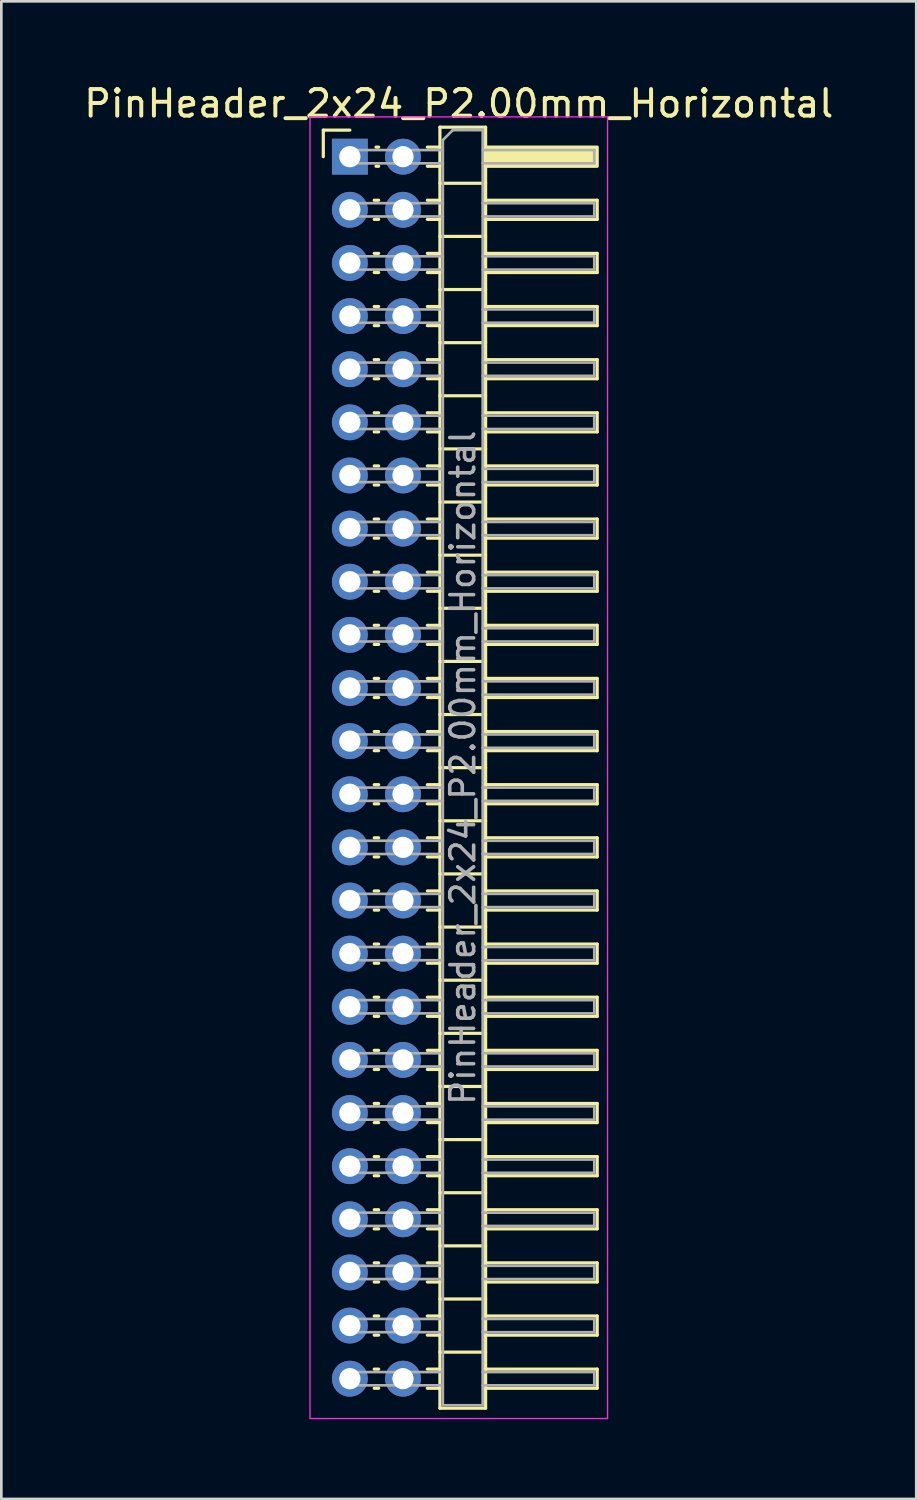
<source format=kicad_pcb>
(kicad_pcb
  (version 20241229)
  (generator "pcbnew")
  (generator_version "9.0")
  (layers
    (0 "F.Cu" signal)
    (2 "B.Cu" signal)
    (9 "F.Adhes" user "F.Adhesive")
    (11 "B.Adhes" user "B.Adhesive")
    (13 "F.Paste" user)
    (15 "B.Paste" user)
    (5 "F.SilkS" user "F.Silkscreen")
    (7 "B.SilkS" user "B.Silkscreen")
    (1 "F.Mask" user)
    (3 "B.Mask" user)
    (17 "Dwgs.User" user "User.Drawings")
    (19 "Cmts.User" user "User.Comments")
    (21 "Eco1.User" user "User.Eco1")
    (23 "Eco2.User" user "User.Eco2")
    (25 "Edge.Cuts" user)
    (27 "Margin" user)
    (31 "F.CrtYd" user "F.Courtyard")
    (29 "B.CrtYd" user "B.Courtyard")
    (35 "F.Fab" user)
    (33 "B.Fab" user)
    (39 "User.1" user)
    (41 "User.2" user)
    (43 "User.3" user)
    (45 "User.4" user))
  (footprint "PinHeader_2x24_P2.00mm_Horizontal"
    (layer "F.Cu")
    (at 10.12 2.848)
    (property "Reference" "PinHeader_2x24_P2.00mm_Horizontal" (at 4.1 -2 0) (layer "F.SilkS") (effects (font (size 1 1) (thickness 0.15))))
    (attr through_hole)
    (fp_line (start -1 -1) (end 0 -1) (stroke (width 0.12) (type solid)) (layer "F.SilkS"))
    (fp_line (start -1 0) (end -1 -1) (stroke (width 0.12) (type solid)) (layer "F.SilkS"))
    (fp_line (start 0.917 1.64) (end 1.083 1.64) (stroke (width 0.12) (type solid)) (layer "F.SilkS"))
    (fp_line (start 0.917 2.36) (end 1.083 2.36) (stroke (width 0.12) (type solid)) (layer "F.SilkS"))
    (fp_line (start 0.917 3.64) (end 1.083 3.64) (stroke (width 0.12) (type solid)) (layer "F.SilkS"))
    (fp_line (start 0.917 4.36) (end 1.083 4.36) (stroke (width 0.12) (type solid)) (layer "F.SilkS"))
    (fp_line (start 0.917 5.64) (end 1.083 5.64) (stroke (width 0.12) (type solid)) (layer "F.SilkS"))
    (fp_line (start 0.917 6.36) (end 1.083 6.36) (stroke (width 0.12) (type solid)) (layer "F.SilkS"))
    (fp_line (start 0.917 7.64) (end 1.083 7.64) (stroke (width 0.12) (type solid)) (layer "F.SilkS"))
    (fp_line (start 0.917 8.36) (end 1.083 8.36) (stroke (width 0.12) (type solid)) (layer "F.SilkS"))
    (fp_line (start 0.917 9.64) (end 1.083 9.64) (stroke (width 0.12) (type solid)) (layer "F.SilkS"))
    (fp_line (start 0.917 10.36) (end 1.083 10.36) (stroke (width 0.12) (type solid)) (layer "F.SilkS"))
    (fp_line (start 0.917 11.64) (end 1.083 11.64) (stroke (width 0.12) (type solid)) (layer "F.SilkS"))
    (fp_line (start 0.917 12.36) (end 1.083 12.36) (stroke (width 0.12) (type solid)) (layer "F.SilkS"))
    (fp_line (start 0.917 13.64) (end 1.083 13.64) (stroke (width 0.12) (type solid)) (layer "F.SilkS"))
    (fp_line (start 0.917 14.36) (end 1.083 14.36) (stroke (width 0.12) (type solid)) (layer "F.SilkS"))
    (fp_line (start 0.917 15.64) (end 1.083 15.64) (stroke (width 0.12) (type solid)) (layer "F.SilkS"))
    (fp_line (start 0.917 16.36) (end 1.083 16.36) (stroke (width 0.12) (type solid)) (layer "F.SilkS"))
    (fp_line (start 0.917 17.64) (end 1.083 17.64) (stroke (width 0.12) (type solid)) (layer "F.SilkS"))
    (fp_line (start 0.917 18.36) (end 1.083 18.36) (stroke (width 0.12) (type solid)) (layer "F.SilkS"))
    (fp_line (start 0.917 19.64) (end 1.083 19.64) (stroke (width 0.12) (type solid)) (layer "F.SilkS"))
    (fp_line (start 0.917 20.36) (end 1.083 20.36) (stroke (width 0.12) (type solid)) (layer "F.SilkS"))
    (fp_line (start 0.917 21.64) (end 1.083 21.64) (stroke (width 0.12) (type solid)) (layer "F.SilkS"))
    (fp_line (start 0.917 22.36) (end 1.083 22.36) (stroke (width 0.12) (type solid)) (layer "F.SilkS"))
    (fp_line (start 0.917 23.64) (end 1.083 23.64) (stroke (width 0.12) (type solid)) (layer "F.SilkS"))
    (fp_line (start 0.917 24.36) (end 1.083 24.36) (stroke (width 0.12) (type solid)) (layer "F.SilkS"))
    (fp_line (start 0.917 25.64) (end 1.083 25.64) (stroke (width 0.12) (type solid)) (layer "F.SilkS"))
    (fp_line (start 0.917 26.36) (end 1.083 26.36) (stroke (width 0.12) (type solid)) (layer "F.SilkS"))
    (fp_line (start 0.917 27.64) (end 1.083 27.64) (stroke (width 0.12) (type solid)) (layer "F.SilkS"))
    (fp_line (start 0.917 28.36) (end 1.083 28.36) (stroke (width 0.12) (type solid)) (layer "F.SilkS"))
    (fp_line (start 0.917 29.64) (end 1.083 29.64) (stroke (width 0.12) (type solid)) (layer "F.SilkS"))
    (fp_line (start 0.917 30.36) (end 1.083 30.36) (stroke (width 0.12) (type solid)) (layer "F.SilkS"))
    (fp_line (start 0.917 31.64) (end 1.083 31.64) (stroke (width 0.12) (type solid)) (layer "F.SilkS"))
    (fp_line (start 0.917 32.36) (end 1.083 32.36) (stroke (width 0.12) (type solid)) (layer "F.SilkS"))
    (fp_line (start 0.917 33.64) (end 1.083 33.64) (stroke (width 0.12) (type solid)) (layer "F.SilkS"))
    (fp_line (start 0.917 34.36) (end 1.083 34.36) (stroke (width 0.12) (type solid)) (layer "F.SilkS"))
    (fp_line (start 0.917 35.64) (end 1.083 35.64) (stroke (width 0.12) (type solid)) (layer "F.SilkS"))
    (fp_line (start 0.917 36.36) (end 1.083 36.36) (stroke (width 0.12) (type solid)) (layer "F.SilkS"))
    (fp_line (start 0.917 37.64) (end 1.083 37.64) (stroke (width 0.12) (type solid)) (layer "F.SilkS"))
    (fp_line (start 0.917 38.36) (end 1.083 38.36) (stroke (width 0.12) (type solid)) (layer "F.SilkS"))
    (fp_line (start 0.917 39.64) (end 1.083 39.64) (stroke (width 0.12) (type solid)) (layer "F.SilkS"))
    (fp_line (start 0.917 40.36) (end 1.083 40.36) (stroke (width 0.12) (type solid)) (layer "F.SilkS"))
    (fp_line (start 0.917 41.64) (end 1.083 41.64) (stroke (width 0.12) (type solid)) (layer "F.SilkS"))
    (fp_line (start 0.917 42.36) (end 1.083 42.36) (stroke (width 0.12) (type solid)) (layer "F.SilkS"))
    (fp_line (start 0.917 43.64) (end 1.083 43.64) (stroke (width 0.12) (type solid)) (layer "F.SilkS"))
    (fp_line (start 0.917 44.36) (end 1.083 44.36) (stroke (width 0.12) (type solid)) (layer "F.SilkS"))
    (fp_line (start 0.917 45.64) (end 1.083 45.64) (stroke (width 0.12) (type solid)) (layer "F.SilkS"))
    (fp_line (start 0.917 46.36) (end 1.083 46.36) (stroke (width 0.12) (type solid)) (layer "F.SilkS"))
    (fp_line (start 0.985 -0.36) (end 1.083 -0.36) (stroke (width 0.12) (type solid)) (layer "F.SilkS"))
    (fp_line (start 0.985 0.36) (end 1.083 0.36) (stroke (width 0.12) (type solid)) (layer "F.SilkS"))
    (fp_line (start 2.917 -0.36) (end 3.39 -0.36) (stroke (width 0.12) (type solid)) (layer "F.SilkS"))
    (fp_line (start 2.917 0.36) (end 3.39 0.36) (stroke (width 0.12) (type solid)) (layer "F.SilkS"))
    (fp_line (start 2.917 1.64) (end 3.39 1.64) (stroke (width 0.12) (type solid)) (layer "F.SilkS"))
    (fp_line (start 2.917 2.36) (end 3.39 2.36) (stroke (width 0.12) (type solid)) (layer "F.SilkS"))
    (fp_line (start 2.917 3.64) (end 3.39 3.64) (stroke (width 0.12) (type solid)) (layer "F.SilkS"))
    (fp_line (start 2.917 4.36) (end 3.39 4.36) (stroke (width 0.12) (type solid)) (layer "F.SilkS"))
    (fp_line (start 2.917 5.64) (end 3.39 5.64) (stroke (width 0.12) (type solid)) (layer "F.SilkS"))
    (fp_line (start 2.917 6.36) (end 3.39 6.36) (stroke (width 0.12) (type solid)) (layer "F.SilkS"))
    (fp_line (start 2.917 7.64) (end 3.39 7.64) (stroke (width 0.12) (type solid)) (layer "F.SilkS"))
    (fp_line (start 2.917 8.36) (end 3.39 8.36) (stroke (width 0.12) (type solid)) (layer "F.SilkS"))
    (fp_line (start 2.917 9.64) (end 3.39 9.64) (stroke (width 0.12) (type solid)) (layer "F.SilkS"))
    (fp_line (start 2.917 10.36) (end 3.39 10.36) (stroke (width 0.12) (type solid)) (layer "F.SilkS"))
    (fp_line (start 2.917 11.64) (end 3.39 11.64) (stroke (width 0.12) (type solid)) (layer "F.SilkS"))
    (fp_line (start 2.917 12.36) (end 3.39 12.36) (stroke (width 0.12) (type solid)) (layer "F.SilkS"))
    (fp_line (start 2.917 13.64) (end 3.39 13.64) (stroke (width 0.12) (type solid)) (layer "F.SilkS"))
    (fp_line (start 2.917 14.36) (end 3.39 14.36) (stroke (width 0.12) (type solid)) (layer "F.SilkS"))
    (fp_line (start 2.917 15.64) (end 3.39 15.64) (stroke (width 0.12) (type solid)) (layer "F.SilkS"))
    (fp_line (start 2.917 16.36) (end 3.39 16.36) (stroke (width 0.12) (type solid)) (layer "F.SilkS"))
    (fp_line (start 2.917 17.64) (end 3.39 17.64) (stroke (width 0.12) (type solid)) (layer "F.SilkS"))
    (fp_line (start 2.917 18.36) (end 3.39 18.36) (stroke (width 0.12) (type solid)) (layer "F.SilkS"))
    (fp_line (start 2.917 19.64) (end 3.39 19.64) (stroke (width 0.12) (type solid)) (layer "F.SilkS"))
    (fp_line (start 2.917 20.36) (end 3.39 20.36) (stroke (width 0.12) (type solid)) (layer "F.SilkS"))
    (fp_line (start 2.917 21.64) (end 3.39 21.64) (stroke (width 0.12) (type solid)) (layer "F.SilkS"))
    (fp_line (start 2.917 22.36) (end 3.39 22.36) (stroke (width 0.12) (type solid)) (layer "F.SilkS"))
    (fp_line (start 2.917 23.64) (end 3.39 23.64) (stroke (width 0.12) (type solid)) (layer "F.SilkS"))
    (fp_line (start 2.917 24.36) (end 3.39 24.36) (stroke (width 0.12) (type solid)) (layer "F.SilkS"))
    (fp_line (start 2.917 25.64) (end 3.39 25.64) (stroke (width 0.12) (type solid)) (layer "F.SilkS"))
    (fp_line (start 2.917 26.36) (end 3.39 26.36) (stroke (width 0.12) (type solid)) (layer "F.SilkS"))
    (fp_line (start 2.917 27.64) (end 3.39 27.64) (stroke (width 0.12) (type solid)) (layer "F.SilkS"))
    (fp_line (start 2.917 28.36) (end 3.39 28.36) (stroke (width 0.12) (type solid)) (layer "F.SilkS"))
    (fp_line (start 2.917 29.64) (end 3.39 29.64) (stroke (width 0.12) (type solid)) (layer "F.SilkS"))
    (fp_line (start 2.917 30.36) (end 3.39 30.36) (stroke (width 0.12) (type solid)) (layer "F.SilkS"))
    (fp_line (start 2.917 31.64) (end 3.39 31.64) (stroke (width 0.12) (type solid)) (layer "F.SilkS"))
    (fp_line (start 2.917 32.36) (end 3.39 32.36) (stroke (width 0.12) (type solid)) (layer "F.SilkS"))
    (fp_line (start 2.917 33.64) (end 3.39 33.64) (stroke (width 0.12) (type solid)) (layer "F.SilkS"))
    (fp_line (start 2.917 34.36) (end 3.39 34.36) (stroke (width 0.12) (type solid)) (layer "F.SilkS"))
    (fp_line (start 2.917 35.64) (end 3.39 35.64) (stroke (width 0.12) (type solid)) (layer "F.SilkS"))
    (fp_line (start 2.917 36.36) (end 3.39 36.36) (stroke (width 0.12) (type solid)) (layer "F.SilkS"))
    (fp_line (start 2.917 37.64) (end 3.39 37.64) (stroke (width 0.12) (type solid)) (layer "F.SilkS"))
    (fp_line (start 2.917 38.36) (end 3.39 38.36) (stroke (width 0.12) (type solid)) (layer "F.SilkS"))
    (fp_line (start 2.917 39.64) (end 3.39 39.64) (stroke (width 0.12) (type solid)) (layer "F.SilkS"))
    (fp_line (start 2.917 40.36) (end 3.39 40.36) (stroke (width 0.12) (type solid)) (layer "F.SilkS"))
    (fp_line (start 2.917 41.64) (end 3.39 41.64) (stroke (width 0.12) (type solid)) (layer "F.SilkS"))
    (fp_line (start 2.917 42.36) (end 3.39 42.36) (stroke (width 0.12) (type solid)) (layer "F.SilkS"))
    (fp_line (start 2.917 43.64) (end 3.39 43.64) (stroke (width 0.12) (type solid)) (layer "F.SilkS"))
    (fp_line (start 2.917 44.36) (end 3.39 44.36) (stroke (width 0.12) (type solid)) (layer "F.SilkS"))
    (fp_line (start 2.917 45.64) (end 3.39 45.64) (stroke (width 0.12) (type solid)) (layer "F.SilkS"))
    (fp_line (start 2.917 46.36) (end 3.39 46.36) (stroke (width 0.12) (type solid)) (layer "F.SilkS"))
    (fp_line (start 3.39 -1.11) (end 3.39 47.11) (stroke (width 0.12) (type solid)) (layer "F.SilkS"))
    (fp_line (start 3.39 1) (end 5.11 1) (stroke (width 0.12) (type solid)) (layer "F.SilkS"))
    (fp_line (start 3.39 3) (end 5.11 3) (stroke (width 0.12) (type solid)) (layer "F.SilkS"))
    (fp_line (start 3.39 5) (end 5.11 5) (stroke (width 0.12) (type solid)) (layer "F.SilkS"))
    (fp_line (start 3.39 7) (end 5.11 7) (stroke (width 0.12) (type solid)) (layer "F.SilkS"))
    (fp_line (start 3.39 9) (end 5.11 9) (stroke (width 0.12) (type solid)) (layer "F.SilkS"))
    (fp_line (start 3.39 11) (end 5.11 11) (stroke (width 0.12) (type solid)) (layer "F.SilkS"))
    (fp_line (start 3.39 13) (end 5.11 13) (stroke (width 0.12) (type solid)) (layer "F.SilkS"))
    (fp_line (start 3.39 15) (end 5.11 15) (stroke (width 0.12) (type solid)) (layer "F.SilkS"))
    (fp_line (start 3.39 17) (end 5.11 17) (stroke (width 0.12) (type solid)) (layer "F.SilkS"))
    (fp_line (start 3.39 19) (end 5.11 19) (stroke (width 0.12) (type solid)) (layer "F.SilkS"))
    (fp_line (start 3.39 21) (end 5.11 21) (stroke (width 0.12) (type solid)) (layer "F.SilkS"))
    (fp_line (start 3.39 23) (end 5.11 23) (stroke (width 0.12) (type solid)) (layer "F.SilkS"))
    (fp_line (start 3.39 25) (end 5.11 25) (stroke (width 0.12) (type solid)) (layer "F.SilkS"))
    (fp_line (start 3.39 27) (end 5.11 27) (stroke (width 0.12) (type solid)) (layer "F.SilkS"))
    (fp_line (start 3.39 29) (end 5.11 29) (stroke (width 0.12) (type solid)) (layer "F.SilkS"))
    (fp_line (start 3.39 31) (end 5.11 31) (stroke (width 0.12) (type solid)) (layer "F.SilkS"))
    (fp_line (start 3.39 33) (end 5.11 33) (stroke (width 0.12) (type solid)) (layer "F.SilkS"))
    (fp_line (start 3.39 35) (end 5.11 35) (stroke (width 0.12) (type solid)) (layer "F.SilkS"))
    (fp_line (start 3.39 37) (end 5.11 37) (stroke (width 0.12) (type solid)) (layer "F.SilkS"))
    (fp_line (start 3.39 39) (end 5.11 39) (stroke (width 0.12) (type solid)) (layer "F.SilkS"))
    (fp_line (start 3.39 41) (end 5.11 41) (stroke (width 0.12) (type solid)) (layer "F.SilkS"))
    (fp_line (start 3.39 43) (end 5.11 43) (stroke (width 0.12) (type solid)) (layer "F.SilkS"))
    (fp_line (start 3.39 45) (end 5.11 45) (stroke (width 0.12) (type solid)) (layer "F.SilkS"))
    (fp_line (start 3.39 47.11) (end 5.11 47.11) (stroke (width 0.12) (type solid)) (layer "F.SilkS"))
    (fp_line (start 5.11 -1.11) (end 3.39 -1.11) (stroke (width 0.12) (type solid)) (layer "F.SilkS"))
    (fp_line (start 5.11 1.64) (end 9.31 1.64) (stroke (width 0.12) (type solid)) (layer "F.SilkS"))
    (fp_line (start 5.11 3.64) (end 9.31 3.64) (stroke (width 0.12) (type solid)) (layer "F.SilkS"))
    (fp_line (start 5.11 5.64) (end 9.31 5.64) (stroke (width 0.12) (type solid)) (layer "F.SilkS"))
    (fp_line (start 5.11 7.64) (end 9.31 7.64) (stroke (width 0.12) (type solid)) (layer "F.SilkS"))
    (fp_line (start 5.11 9.64) (end 9.31 9.64) (stroke (width 0.12) (type solid)) (layer "F.SilkS"))
    (fp_line (start 5.11 11.64) (end 9.31 11.64) (stroke (width 0.12) (type solid)) (layer "F.SilkS"))
    (fp_line (start 5.11 13.64) (end 9.31 13.64) (stroke (width 0.12) (type solid)) (layer "F.SilkS"))
    (fp_line (start 5.11 15.64) (end 9.31 15.64) (stroke (width 0.12) (type solid)) (layer "F.SilkS"))
    (fp_line (start 5.11 17.64) (end 9.31 17.64) (stroke (width 0.12) (type solid)) (layer "F.SilkS"))
    (fp_line (start 5.11 19.64) (end 9.31 19.64) (stroke (width 0.12) (type solid)) (layer "F.SilkS"))
    (fp_line (start 5.11 21.64) (end 9.31 21.64) (stroke (width 0.12) (type solid)) (layer "F.SilkS"))
    (fp_line (start 5.11 23.64) (end 9.31 23.64) (stroke (width 0.12) (type solid)) (layer "F.SilkS"))
    (fp_line (start 5.11 25.64) (end 9.31 25.64) (stroke (width 0.12) (type solid)) (layer "F.SilkS"))
    (fp_line (start 5.11 27.64) (end 9.31 27.64) (stroke (width 0.12) (type solid)) (layer "F.SilkS"))
    (fp_line (start 5.11 29.64) (end 9.31 29.64) (stroke (width 0.12) (type solid)) (layer "F.SilkS"))
    (fp_line (start 5.11 31.64) (end 9.31 31.64) (stroke (width 0.12) (type solid)) (layer "F.SilkS"))
    (fp_line (start 5.11 33.64) (end 9.31 33.64) (stroke (width 0.12) (type solid)) (layer "F.SilkS"))
    (fp_line (start 5.11 35.64) (end 9.31 35.64) (stroke (width 0.12) (type solid)) (layer "F.SilkS"))
    (fp_line (start 5.11 37.64) (end 9.31 37.64) (stroke (width 0.12) (type solid)) (layer "F.SilkS"))
    (fp_line (start 5.11 39.64) (end 9.31 39.64) (stroke (width 0.12) (type solid)) (layer "F.SilkS"))
    (fp_line (start 5.11 41.64) (end 9.31 41.64) (stroke (width 0.12) (type solid)) (layer "F.SilkS"))
    (fp_line (start 5.11 43.64) (end 9.31 43.64) (stroke (width 0.12) (type solid)) (layer "F.SilkS"))
    (fp_line (start 5.11 45.64) (end 9.31 45.64) (stroke (width 0.12) (type solid)) (layer "F.SilkS"))
    (fp_line (start 5.11 47.11) (end 5.11 -1.11) (stroke (width 0.12) (type solid)) (layer "F.SilkS"))
    (fp_line (start 9.31 1.64) (end 9.31 2.36) (stroke (width 0.12) (type solid)) (layer "F.SilkS"))
    (fp_line (start 9.31 2.36) (end 5.11 2.36) (stroke (width 0.12) (type solid)) (layer "F.SilkS"))
    (fp_line (start 9.31 3.64) (end 9.31 4.36) (stroke (width 0.12) (type solid)) (layer "F.SilkS"))
    (fp_line (start 9.31 4.36) (end 5.11 4.36) (stroke (width 0.12) (type solid)) (layer "F.SilkS"))
    (fp_line (start 9.31 5.64) (end 9.31 6.36) (stroke (width 0.12) (type solid)) (layer "F.SilkS"))
    (fp_line (start 9.31 6.36) (end 5.11 6.36) (stroke (width 0.12) (type solid)) (layer "F.SilkS"))
    (fp_line (start 9.31 7.64) (end 9.31 8.36) (stroke (width 0.12) (type solid)) (layer "F.SilkS"))
    (fp_line (start 9.31 8.36) (end 5.11 8.36) (stroke (width 0.12) (type solid)) (layer "F.SilkS"))
    (fp_line (start 9.31 9.64) (end 9.31 10.36) (stroke (width 0.12) (type solid)) (layer "F.SilkS"))
    (fp_line (start 9.31 10.36) (end 5.11 10.36) (stroke (width 0.12) (type solid)) (layer "F.SilkS"))
    (fp_line (start 9.31 11.64) (end 9.31 12.36) (stroke (width 0.12) (type solid)) (layer "F.SilkS"))
    (fp_line (start 9.31 12.36) (end 5.11 12.36) (stroke (width 0.12) (type solid)) (layer "F.SilkS"))
    (fp_line (start 9.31 13.64) (end 9.31 14.36) (stroke (width 0.12) (type solid)) (layer "F.SilkS"))
    (fp_line (start 9.31 14.36) (end 5.11 14.36) (stroke (width 0.12) (type solid)) (layer "F.SilkS"))
    (fp_line (start 9.31 15.64) (end 9.31 16.36) (stroke (width 0.12) (type solid)) (layer "F.SilkS"))
    (fp_line (start 9.31 16.36) (end 5.11 16.36) (stroke (width 0.12) (type solid)) (layer "F.SilkS"))
    (fp_line (start 9.31 17.64) (end 9.31 18.36) (stroke (width 0.12) (type solid)) (layer "F.SilkS"))
    (fp_line (start 9.31 18.36) (end 5.11 18.36) (stroke (width 0.12) (type solid)) (layer "F.SilkS"))
    (fp_line (start 9.31 19.64) (end 9.31 20.36) (stroke (width 0.12) (type solid)) (layer "F.SilkS"))
    (fp_line (start 9.31 20.36) (end 5.11 20.36) (stroke (width 0.12) (type solid)) (layer "F.SilkS"))
    (fp_line (start 9.31 21.64) (end 9.31 22.36) (stroke (width 0.12) (type solid)) (layer "F.SilkS"))
    (fp_line (start 9.31 22.36) (end 5.11 22.36) (stroke (width 0.12) (type solid)) (layer "F.SilkS"))
    (fp_line (start 9.31 23.64) (end 9.31 24.36) (stroke (width 0.12) (type solid)) (layer "F.SilkS"))
    (fp_line (start 9.31 24.36) (end 5.11 24.36) (stroke (width 0.12) (type solid)) (layer "F.SilkS"))
    (fp_line (start 9.31 25.64) (end 9.31 26.36) (stroke (width 0.12) (type solid)) (layer "F.SilkS"))
    (fp_line (start 9.31 26.36) (end 5.11 26.36) (stroke (width 0.12) (type solid)) (layer "F.SilkS"))
    (fp_line (start 9.31 27.64) (end 9.31 28.36) (stroke (width 0.12) (type solid)) (layer "F.SilkS"))
    (fp_line (start 9.31 28.36) (end 5.11 28.36) (stroke (width 0.12) (type solid)) (layer "F.SilkS"))
    (fp_line (start 9.31 29.64) (end 9.31 30.36) (stroke (width 0.12) (type solid)) (layer "F.SilkS"))
    (fp_line (start 9.31 30.36) (end 5.11 30.36) (stroke (width 0.12) (type solid)) (layer "F.SilkS"))
    (fp_line (start 9.31 31.64) (end 9.31 32.36) (stroke (width 0.12) (type solid)) (layer "F.SilkS"))
    (fp_line (start 9.31 32.36) (end 5.11 32.36) (stroke (width 0.12) (type solid)) (layer "F.SilkS"))
    (fp_line (start 9.31 33.64) (end 9.31 34.36) (stroke (width 0.12) (type solid)) (layer "F.SilkS"))
    (fp_line (start 9.31 34.36) (end 5.11 34.36) (stroke (width 0.12) (type solid)) (layer "F.SilkS"))
    (fp_line (start 9.31 35.64) (end 9.31 36.36) (stroke (width 0.12) (type solid)) (layer "F.SilkS"))
    (fp_line (start 9.31 36.36) (end 5.11 36.36) (stroke (width 0.12) (type solid)) (layer "F.SilkS"))
    (fp_line (start 9.31 37.64) (end 9.31 38.36) (stroke (width 0.12) (type solid)) (layer "F.SilkS"))
    (fp_line (start 9.31 38.36) (end 5.11 38.36) (stroke (width 0.12) (type solid)) (layer "F.SilkS"))
    (fp_line (start 9.31 39.64) (end 9.31 40.36) (stroke (width 0.12) (type solid)) (layer "F.SilkS"))
    (fp_line (start 9.31 40.36) (end 5.11 40.36) (stroke (width 0.12) (type solid)) (layer "F.SilkS"))
    (fp_line (start 9.31 41.64) (end 9.31 42.36) (stroke (width 0.12) (type solid)) (layer "F.SilkS"))
    (fp_line (start 9.31 42.36) (end 5.11 42.36) (stroke (width 0.12) (type solid)) (layer "F.SilkS"))
    (fp_line (start 9.31 43.64) (end 9.31 44.36) (stroke (width 0.12) (type solid)) (layer "F.SilkS"))
    (fp_line (start 9.31 44.36) (end 5.11 44.36) (stroke (width 0.12) (type solid)) (layer "F.SilkS"))
    (fp_line (start 9.31 45.64) (end 9.31 46.36) (stroke (width 0.12) (type solid)) (layer "F.SilkS"))
    (fp_line (start 9.31 46.36) (end 5.11 46.36) (stroke (width 0.12) (type solid)) (layer "F.SilkS"))
    (fp_rect (start 5.11 -0.36) (end 9.31 0.36) (stroke (width 0.12) (type solid)) (fill yes) (layer "F.SilkS"))
    (fp_line (start -1.5 -1.5) (end -1.5 47.5) (stroke (width 0.05) (type solid)) (layer "F.CrtYd"))
    (fp_line (start -1.5 47.5) (end 9.7 47.5) (stroke (width 0.05) (type solid)) (layer "F.CrtYd"))
    (fp_line (start 9.7 -1.5) (end -1.5 -1.5) (stroke (width 0.05) (type solid)) (layer "F.CrtYd"))
    (fp_line (start 9.7 47.5) (end 9.7 -1.5) (stroke (width 0.05) (type solid)) (layer "F.CrtYd"))
    (fp_line (start -0.25 -0.25) (end -0.25 0.25) (stroke (width 0.1) (type solid)) (layer "F.Fab"))
    (fp_line (start -0.25 -0.25) (end 3.5 -0.25) (stroke (width 0.1) (type solid)) (layer "F.Fab"))
    (fp_line (start -0.25 0.25) (end 3.5 0.25) (stroke (width 0.1) (type solid)) (layer "F.Fab"))
    (fp_line (start -0.25 1.75) (end -0.25 2.25) (stroke (width 0.1) (type solid)) (layer "F.Fab"))
    (fp_line (start -0.25 1.75) (end 3.5 1.75) (stroke (width 0.1) (type solid)) (layer "F.Fab"))
    (fp_line (start -0.25 2.25) (end 3.5 2.25) (stroke (width 0.1) (type solid)) (layer "F.Fab"))
    (fp_line (start -0.25 3.75) (end -0.25 4.25) (stroke (width 0.1) (type solid)) (layer "F.Fab"))
    (fp_line (start -0.25 3.75) (end 3.5 3.75) (stroke (width 0.1) (type solid)) (layer "F.Fab"))
    (fp_line (start -0.25 4.25) (end 3.5 4.25) (stroke (width 0.1) (type solid)) (layer "F.Fab"))
    (fp_line (start -0.25 5.75) (end -0.25 6.25) (stroke (width 0.1) (type solid)) (layer "F.Fab"))
    (fp_line (start -0.25 5.75) (end 3.5 5.75) (stroke (width 0.1) (type solid)) (layer "F.Fab"))
    (fp_line (start -0.25 6.25) (end 3.5 6.25) (stroke (width 0.1) (type solid)) (layer "F.Fab"))
    (fp_line (start -0.25 7.75) (end -0.25 8.25) (stroke (width 0.1) (type solid)) (layer "F.Fab"))
    (fp_line (start -0.25 7.75) (end 3.5 7.75) (stroke (width 0.1) (type solid)) (layer "F.Fab"))
    (fp_line (start -0.25 8.25) (end 3.5 8.25) (stroke (width 0.1) (type solid)) (layer "F.Fab"))
    (fp_line (start -0.25 9.75) (end -0.25 10.25) (stroke (width 0.1) (type solid)) (layer "F.Fab"))
    (fp_line (start -0.25 9.75) (end 3.5 9.75) (stroke (width 0.1) (type solid)) (layer "F.Fab"))
    (fp_line (start -0.25 10.25) (end 3.5 10.25) (stroke (width 0.1) (type solid)) (layer "F.Fab"))
    (fp_line (start -0.25 11.75) (end -0.25 12.25) (stroke (width 0.1) (type solid)) (layer "F.Fab"))
    (fp_line (start -0.25 11.75) (end 3.5 11.75) (stroke (width 0.1) (type solid)) (layer "F.Fab"))
    (fp_line (start -0.25 12.25) (end 3.5 12.25) (stroke (width 0.1) (type solid)) (layer "F.Fab"))
    (fp_line (start -0.25 13.75) (end -0.25 14.25) (stroke (width 0.1) (type solid)) (layer "F.Fab"))
    (fp_line (start -0.25 13.75) (end 3.5 13.75) (stroke (width 0.1) (type solid)) (layer "F.Fab"))
    (fp_line (start -0.25 14.25) (end 3.5 14.25) (stroke (width 0.1) (type solid)) (layer "F.Fab"))
    (fp_line (start -0.25 15.75) (end -0.25 16.25) (stroke (width 0.1) (type solid)) (layer "F.Fab"))
    (fp_line (start -0.25 15.75) (end 3.5 15.75) (stroke (width 0.1) (type solid)) (layer "F.Fab"))
    (fp_line (start -0.25 16.25) (end 3.5 16.25) (stroke (width 0.1) (type solid)) (layer "F.Fab"))
    (fp_line (start -0.25 17.75) (end -0.25 18.25) (stroke (width 0.1) (type solid)) (layer "F.Fab"))
    (fp_line (start -0.25 17.75) (end 3.5 17.75) (stroke (width 0.1) (type solid)) (layer "F.Fab"))
    (fp_line (start -0.25 18.25) (end 3.5 18.25) (stroke (width 0.1) (type solid)) (layer "F.Fab"))
    (fp_line (start -0.25 19.75) (end -0.25 20.25) (stroke (width 0.1) (type solid)) (layer "F.Fab"))
    (fp_line (start -0.25 19.75) (end 3.5 19.75) (stroke (width 0.1) (type solid)) (layer "F.Fab"))
    (fp_line (start -0.25 20.25) (end 3.5 20.25) (stroke (width 0.1) (type solid)) (layer "F.Fab"))
    (fp_line (start -0.25 21.75) (end -0.25 22.25) (stroke (width 0.1) (type solid)) (layer "F.Fab"))
    (fp_line (start -0.25 21.75) (end 3.5 21.75) (stroke (width 0.1) (type solid)) (layer "F.Fab"))
    (fp_line (start -0.25 22.25) (end 3.5 22.25) (stroke (width 0.1) (type solid)) (layer "F.Fab"))
    (fp_line (start -0.25 23.75) (end -0.25 24.25) (stroke (width 0.1) (type solid)) (layer "F.Fab"))
    (fp_line (start -0.25 23.75) (end 3.5 23.75) (stroke (width 0.1) (type solid)) (layer "F.Fab"))
    (fp_line (start -0.25 24.25) (end 3.5 24.25) (stroke (width 0.1) (type solid)) (layer "F.Fab"))
    (fp_line (start -0.25 25.75) (end -0.25 26.25) (stroke (width 0.1) (type solid)) (layer "F.Fab"))
    (fp_line (start -0.25 25.75) (end 3.5 25.75) (stroke (width 0.1) (type solid)) (layer "F.Fab"))
    (fp_line (start -0.25 26.25) (end 3.5 26.25) (stroke (width 0.1) (type solid)) (layer "F.Fab"))
    (fp_line (start -0.25 27.75) (end -0.25 28.25) (stroke (width 0.1) (type solid)) (layer "F.Fab"))
    (fp_line (start -0.25 27.75) (end 3.5 27.75) (stroke (width 0.1) (type solid)) (layer "F.Fab"))
    (fp_line (start -0.25 28.25) (end 3.5 28.25) (stroke (width 0.1) (type solid)) (layer "F.Fab"))
    (fp_line (start -0.25 29.75) (end -0.25 30.25) (stroke (width 0.1) (type solid)) (layer "F.Fab"))
    (fp_line (start -0.25 29.75) (end 3.5 29.75) (stroke (width 0.1) (type solid)) (layer "F.Fab"))
    (fp_line (start -0.25 30.25) (end 3.5 30.25) (stroke (width 0.1) (type solid)) (layer "F.Fab"))
    (fp_line (start -0.25 31.75) (end -0.25 32.25) (stroke (width 0.1) (type solid)) (layer "F.Fab"))
    (fp_line (start -0.25 31.75) (end 3.5 31.75) (stroke (width 0.1) (type solid)) (layer "F.Fab"))
    (fp_line (start -0.25 32.25) (end 3.5 32.25) (stroke (width 0.1) (type solid)) (layer "F.Fab"))
    (fp_line (start -0.25 33.75) (end -0.25 34.25) (stroke (width 0.1) (type solid)) (layer "F.Fab"))
    (fp_line (start -0.25 33.75) (end 3.5 33.75) (stroke (width 0.1) (type solid)) (layer "F.Fab"))
    (fp_line (start -0.25 34.25) (end 3.5 34.25) (stroke (width 0.1) (type solid)) (layer "F.Fab"))
    (fp_line (start -0.25 35.75) (end -0.25 36.25) (stroke (width 0.1) (type solid)) (layer "F.Fab"))
    (fp_line (start -0.25 35.75) (end 3.5 35.75) (stroke (width 0.1) (type solid)) (layer "F.Fab"))
    (fp_line (start -0.25 36.25) (end 3.5 36.25) (stroke (width 0.1) (type solid)) (layer "F.Fab"))
    (fp_line (start -0.25 37.75) (end -0.25 38.25) (stroke (width 0.1) (type solid)) (layer "F.Fab"))
    (fp_line (start -0.25 37.75) (end 3.5 37.75) (stroke (width 0.1) (type solid)) (layer "F.Fab"))
    (fp_line (start -0.25 38.25) (end 3.5 38.25) (stroke (width 0.1) (type solid)) (layer "F.Fab"))
    (fp_line (start -0.25 39.75) (end -0.25 40.25) (stroke (width 0.1) (type solid)) (layer "F.Fab"))
    (fp_line (start -0.25 39.75) (end 3.5 39.75) (stroke (width 0.1) (type solid)) (layer "F.Fab"))
    (fp_line (start -0.25 40.25) (end 3.5 40.25) (stroke (width 0.1) (type solid)) (layer "F.Fab"))
    (fp_line (start -0.25 41.75) (end -0.25 42.25) (stroke (width 0.1) (type solid)) (layer "F.Fab"))
    (fp_line (start -0.25 41.75) (end 3.5 41.75) (stroke (width 0.1) (type solid)) (layer "F.Fab"))
    (fp_line (start -0.25 42.25) (end 3.5 42.25) (stroke (width 0.1) (type solid)) (layer "F.Fab"))
    (fp_line (start -0.25 43.75) (end -0.25 44.25) (stroke (width 0.1) (type solid)) (layer "F.Fab"))
    (fp_line (start -0.25 43.75) (end 3.5 43.75) (stroke (width 0.1) (type solid)) (layer "F.Fab"))
    (fp_line (start -0.25 44.25) (end 3.5 44.25) (stroke (width 0.1) (type solid)) (layer "F.Fab"))
    (fp_line (start -0.25 45.75) (end -0.25 46.25) (stroke (width 0.1) (type solid)) (layer "F.Fab"))
    (fp_line (start -0.25 45.75) (end 3.5 45.75) (stroke (width 0.1) (type solid)) (layer "F.Fab"))
    (fp_line (start -0.25 46.25) (end 3.5 46.25) (stroke (width 0.1) (type solid)) (layer "F.Fab"))
    (fp_line (start 3.5 -0.625) (end 3.875 -1) (stroke (width 0.1) (type solid)) (layer "F.Fab"))
    (fp_line (start 3.5 47) (end 3.5 -0.625) (stroke (width 0.1) (type solid)) (layer "F.Fab"))
    (fp_line (start 3.875 -1) (end 5 -1) (stroke (width 0.1) (type solid)) (layer "F.Fab"))
    (fp_line (start 5 -1) (end 5 47) (stroke (width 0.1) (type solid)) (layer "F.Fab"))
    (fp_line (start 5 -0.25) (end 9.2 -0.25) (stroke (width 0.1) (type solid)) (layer "F.Fab"))
    (fp_line (start 5 0.25) (end 9.2 0.25) (stroke (width 0.1) (type solid)) (layer "F.Fab"))
    (fp_line (start 5 1.75) (end 9.2 1.75) (stroke (width 0.1) (type solid)) (layer "F.Fab"))
    (fp_line (start 5 2.25) (end 9.2 2.25) (stroke (width 0.1) (type solid)) (layer "F.Fab"))
    (fp_line (start 5 3.75) (end 9.2 3.75) (stroke (width 0.1) (type solid)) (layer "F.Fab"))
    (fp_line (start 5 4.25) (end 9.2 4.25) (stroke (width 0.1) (type solid)) (layer "F.Fab"))
    (fp_line (start 5 5.75) (end 9.2 5.75) (stroke (width 0.1) (type solid)) (layer "F.Fab"))
    (fp_line (start 5 6.25) (end 9.2 6.25) (stroke (width 0.1) (type solid)) (layer "F.Fab"))
    (fp_line (start 5 7.75) (end 9.2 7.75) (stroke (width 0.1) (type solid)) (layer "F.Fab"))
    (fp_line (start 5 8.25) (end 9.2 8.25) (stroke (width 0.1) (type solid)) (layer "F.Fab"))
    (fp_line (start 5 9.75) (end 9.2 9.75) (stroke (width 0.1) (type solid)) (layer "F.Fab"))
    (fp_line (start 5 10.25) (end 9.2 10.25) (stroke (width 0.1) (type solid)) (layer "F.Fab"))
    (fp_line (start 5 11.75) (end 9.2 11.75) (stroke (width 0.1) (type solid)) (layer "F.Fab"))
    (fp_line (start 5 12.25) (end 9.2 12.25) (stroke (width 0.1) (type solid)) (layer "F.Fab"))
    (fp_line (start 5 13.75) (end 9.2 13.75) (stroke (width 0.1) (type solid)) (layer "F.Fab"))
    (fp_line (start 5 14.25) (end 9.2 14.25) (stroke (width 0.1) (type solid)) (layer "F.Fab"))
    (fp_line (start 5 15.75) (end 9.2 15.75) (stroke (width 0.1) (type solid)) (layer "F.Fab"))
    (fp_line (start 5 16.25) (end 9.2 16.25) (stroke (width 0.1) (type solid)) (layer "F.Fab"))
    (fp_line (start 5 17.75) (end 9.2 17.75) (stroke (width 0.1) (type solid)) (layer "F.Fab"))
    (fp_line (start 5 18.25) (end 9.2 18.25) (stroke (width 0.1) (type solid)) (layer "F.Fab"))
    (fp_line (start 5 19.75) (end 9.2 19.75) (stroke (width 0.1) (type solid)) (layer "F.Fab"))
    (fp_line (start 5 20.25) (end 9.2 20.25) (stroke (width 0.1) (type solid)) (layer "F.Fab"))
    (fp_line (start 5 21.75) (end 9.2 21.75) (stroke (width 0.1) (type solid)) (layer "F.Fab"))
    (fp_line (start 5 22.25) (end 9.2 22.25) (stroke (width 0.1) (type solid)) (layer "F.Fab"))
    (fp_line (start 5 23.75) (end 9.2 23.75) (stroke (width 0.1) (type solid)) (layer "F.Fab"))
    (fp_line (start 5 24.25) (end 9.2 24.25) (stroke (width 0.1) (type solid)) (layer "F.Fab"))
    (fp_line (start 5 25.75) (end 9.2 25.75) (stroke (width 0.1) (type solid)) (layer "F.Fab"))
    (fp_line (start 5 26.25) (end 9.2 26.25) (stroke (width 0.1) (type solid)) (layer "F.Fab"))
    (fp_line (start 5 27.75) (end 9.2 27.75) (stroke (width 0.1) (type solid)) (layer "F.Fab"))
    (fp_line (start 5 28.25) (end 9.2 28.25) (stroke (width 0.1) (type solid)) (layer "F.Fab"))
    (fp_line (start 5 29.75) (end 9.2 29.75) (stroke (width 0.1) (type solid)) (layer "F.Fab"))
    (fp_line (start 5 30.25) (end 9.2 30.25) (stroke (width 0.1) (type solid)) (layer "F.Fab"))
    (fp_line (start 5 31.75) (end 9.2 31.75) (stroke (width 0.1) (type solid)) (layer "F.Fab"))
    (fp_line (start 5 32.25) (end 9.2 32.25) (stroke (width 0.1) (type solid)) (layer "F.Fab"))
    (fp_line (start 5 33.75) (end 9.2 33.75) (stroke (width 0.1) (type solid)) (layer "F.Fab"))
    (fp_line (start 5 34.25) (end 9.2 34.25) (stroke (width 0.1) (type solid)) (layer "F.Fab"))
    (fp_line (start 5 35.75) (end 9.2 35.75) (stroke (width 0.1) (type solid)) (layer "F.Fab"))
    (fp_line (start 5 36.25) (end 9.2 36.25) (stroke (width 0.1) (type solid)) (layer "F.Fab"))
    (fp_line (start 5 37.75) (end 9.2 37.75) (stroke (width 0.1) (type solid)) (layer "F.Fab"))
    (fp_line (start 5 38.25) (end 9.2 38.25) (stroke (width 0.1) (type solid)) (layer "F.Fab"))
    (fp_line (start 5 39.75) (end 9.2 39.75) (stroke (width 0.1) (type solid)) (layer "F.Fab"))
    (fp_line (start 5 40.25) (end 9.2 40.25) (stroke (width 0.1) (type solid)) (layer "F.Fab"))
    (fp_line (start 5 41.75) (end 9.2 41.75) (stroke (width 0.1) (type solid)) (layer "F.Fab"))
    (fp_line (start 5 42.25) (end 9.2 42.25) (stroke (width 0.1) (type solid)) (layer "F.Fab"))
    (fp_line (start 5 43.75) (end 9.2 43.75) (stroke (width 0.1) (type solid)) (layer "F.Fab"))
    (fp_line (start 5 44.25) (end 9.2 44.25) (stroke (width 0.1) (type solid)) (layer "F.Fab"))
    (fp_line (start 5 45.75) (end 9.2 45.75) (stroke (width 0.1) (type solid)) (layer "F.Fab"))
    (fp_line (start 5 46.25) (end 9.2 46.25) (stroke (width 0.1) (type solid)) (layer "F.Fab"))
    (fp_line (start 5 47) (end 3.5 47) (stroke (width 0.1) (type solid)) (layer "F.Fab"))
    (fp_line (start 9.2 -0.25) (end 9.2 0.25) (stroke (width 0.1) (type solid)) (layer "F.Fab"))
    (fp_line (start 9.2 1.75) (end 9.2 2.25) (stroke (width 0.1) (type solid)) (layer "F.Fab"))
    (fp_line (start 9.2 3.75) (end 9.2 4.25) (stroke (width 0.1) (type solid)) (layer "F.Fab"))
    (fp_line (start 9.2 5.75) (end 9.2 6.25) (stroke (width 0.1) (type solid)) (layer "F.Fab"))
    (fp_line (start 9.2 7.75) (end 9.2 8.25) (stroke (width 0.1) (type solid)) (layer "F.Fab"))
    (fp_line (start 9.2 9.75) (end 9.2 10.25) (stroke (width 0.1) (type solid)) (layer "F.Fab"))
    (fp_line (start 9.2 11.75) (end 9.2 12.25) (stroke (width 0.1) (type solid)) (layer "F.Fab"))
    (fp_line (start 9.2 13.75) (end 9.2 14.25) (stroke (width 0.1) (type solid)) (layer "F.Fab"))
    (fp_line (start 9.2 15.75) (end 9.2 16.25) (stroke (width 0.1) (type solid)) (layer "F.Fab"))
    (fp_line (start 9.2 17.75) (end 9.2 18.25) (stroke (width 0.1) (type solid)) (layer "F.Fab"))
    (fp_line (start 9.2 19.75) (end 9.2 20.25) (stroke (width 0.1) (type solid)) (layer "F.Fab"))
    (fp_line (start 9.2 21.75) (end 9.2 22.25) (stroke (width 0.1) (type solid)) (layer "F.Fab"))
    (fp_line (start 9.2 23.75) (end 9.2 24.25) (stroke (width 0.1) (type solid)) (layer "F.Fab"))
    (fp_line (start 9.2 25.75) (end 9.2 26.25) (stroke (width 0.1) (type solid)) (layer "F.Fab"))
    (fp_line (start 9.2 27.75) (end 9.2 28.25) (stroke (width 0.1) (type solid)) (layer "F.Fab"))
    (fp_line (start 9.2 29.75) (end 9.2 30.25) (stroke (width 0.1) (type solid)) (layer "F.Fab"))
    (fp_line (start 9.2 31.75) (end 9.2 32.25) (stroke (width 0.1) (type solid)) (layer "F.Fab"))
    (fp_line (start 9.2 33.75) (end 9.2 34.25) (stroke (width 0.1) (type solid)) (layer "F.Fab"))
    (fp_line (start 9.2 35.75) (end 9.2 36.25) (stroke (width 0.1) (type solid)) (layer "F.Fab"))
    (fp_line (start 9.2 37.75) (end 9.2 38.25) (stroke (width 0.1) (type solid)) (layer "F.Fab"))
    (fp_line (start 9.2 39.75) (end 9.2 40.25) (stroke (width 0.1) (type solid)) (layer "F.Fab"))
    (fp_line (start 9.2 41.75) (end 9.2 42.25) (stroke (width 0.1) (type solid)) (layer "F.Fab"))
    (fp_line (start 9.2 43.75) (end 9.2 44.25) (stroke (width 0.1) (type solid)) (layer "F.Fab"))
    (fp_line (start 9.2 45.75) (end 9.2 46.25) (stroke (width 0.1) (type solid)) (layer "F.Fab"))
    (fp_text user "${REFERENCE}" (at 4.25 23 90) (layer "F.Fab") (effects (font (size 0.9 0.9) (thickness 0.135))))
    (pad "1" thru_hole rect (at 0 0) (size 1.35 1.35) (drill 0.8) (layers "*.Cu" "*.Mask"))
    (pad "2" thru_hole circle (at 2 0) (size 1.35 1.35) (drill 0.8) (layers "*.Cu" "*.Mask"))
    (pad "3" thru_hole circle (at 0 2) (size 1.35 1.35) (drill 0.8) (layers "*.Cu" "*.Mask"))
    (pad "4" thru_hole circle (at 2 2) (size 1.35 1.35) (drill 0.8) (layers "*.Cu" "*.Mask"))
    (pad "5" thru_hole circle (at 0 4) (size 1.35 1.35) (drill 0.8) (layers "*.Cu" "*.Mask"))
    (pad "6" thru_hole circle (at 2 4) (size 1.35 1.35) (drill 0.8) (layers "*.Cu" "*.Mask"))
    (pad "7" thru_hole circle (at 0 6) (size 1.35 1.35) (drill 0.8) (layers "*.Cu" "*.Mask"))
    (pad "8" thru_hole circle (at 2 6) (size 1.35 1.35) (drill 0.8) (layers "*.Cu" "*.Mask"))
    (pad "9" thru_hole circle (at 0 8) (size 1.35 1.35) (drill 0.8) (layers "*.Cu" "*.Mask"))
    (pad "10" thru_hole circle (at 2 8) (size 1.35 1.35) (drill 0.8) (layers "*.Cu" "*.Mask"))
    (pad "11" thru_hole circle (at 0 10) (size 1.35 1.35) (drill 0.8) (layers "*.Cu" "*.Mask"))
    (pad "12" thru_hole circle (at 2 10) (size 1.35 1.35) (drill 0.8) (layers "*.Cu" "*.Mask"))
    (pad "13" thru_hole circle (at 0 12) (size 1.35 1.35) (drill 0.8) (layers "*.Cu" "*.Mask"))
    (pad "14" thru_hole circle (at 2 12) (size 1.35 1.35) (drill 0.8) (layers "*.Cu" "*.Mask"))
    (pad "15" thru_hole circle (at 0 14) (size 1.35 1.35) (drill 0.8) (layers "*.Cu" "*.Mask"))
    (pad "16" thru_hole circle (at 2 14) (size 1.35 1.35) (drill 0.8) (layers "*.Cu" "*.Mask"))
    (pad "17" thru_hole circle (at 0 16) (size 1.35 1.35) (drill 0.8) (layers "*.Cu" "*.Mask"))
    (pad "18" thru_hole circle (at 2 16) (size 1.35 1.35) (drill 0.8) (layers "*.Cu" "*.Mask"))
    (pad "19" thru_hole circle (at 0 18) (size 1.35 1.35) (drill 0.8) (layers "*.Cu" "*.Mask"))
    (pad "20" thru_hole circle (at 2 18) (size 1.35 1.35) (drill 0.8) (layers "*.Cu" "*.Mask"))
    (pad "21" thru_hole circle (at 0 20) (size 1.35 1.35) (drill 0.8) (layers "*.Cu" "*.Mask"))
    (pad "22" thru_hole circle (at 2 20) (size 1.35 1.35) (drill 0.8) (layers "*.Cu" "*.Mask"))
    (pad "23" thru_hole circle (at 0 22) (size 1.35 1.35) (drill 0.8) (layers "*.Cu" "*.Mask"))
    (pad "24" thru_hole circle (at 2 22) (size 1.35 1.35) (drill 0.8) (layers "*.Cu" "*.Mask"))
    (pad "25" thru_hole circle (at 0 24) (size 1.35 1.35) (drill 0.8) (layers "*.Cu" "*.Mask"))
    (pad "26" thru_hole circle (at 2 24) (size 1.35 1.35) (drill 0.8) (layers "*.Cu" "*.Mask"))
    (pad "27" thru_hole circle (at 0 26) (size 1.35 1.35) (drill 0.8) (layers "*.Cu" "*.Mask"))
    (pad "28" thru_hole circle (at 2 26) (size 1.35 1.35) (drill 0.8) (layers "*.Cu" "*.Mask"))
    (pad "29" thru_hole circle (at 0 28) (size 1.35 1.35) (drill 0.8) (layers "*.Cu" "*.Mask"))
    (pad "30" thru_hole circle (at 2 28) (size 1.35 1.35) (drill 0.8) (layers "*.Cu" "*.Mask"))
    (pad "31" thru_hole circle (at 0 30) (size 1.35 1.35) (drill 0.8) (layers "*.Cu" "*.Mask"))
    (pad "32" thru_hole circle (at 2 30) (size 1.35 1.35) (drill 0.8) (layers "*.Cu" "*.Mask"))
    (pad "33" thru_hole circle (at 0 32) (size 1.35 1.35) (drill 0.8) (layers "*.Cu" "*.Mask"))
    (pad "34" thru_hole circle (at 2 32) (size 1.35 1.35) (drill 0.8) (layers "*.Cu" "*.Mask"))
    (pad "35" thru_hole circle (at 0 34) (size 1.35 1.35) (drill 0.8) (layers "*.Cu" "*.Mask"))
    (pad "36" thru_hole circle (at 2 34) (size 1.35 1.35) (drill 0.8) (layers "*.Cu" "*.Mask"))
    (pad "37" thru_hole circle (at 0 36) (size 1.35 1.35) (drill 0.8) (layers "*.Cu" "*.Mask"))
    (pad "38" thru_hole circle (at 2 36) (size 1.35 1.35) (drill 0.8) (layers "*.Cu" "*.Mask"))
    (pad "39" thru_hole circle (at 0 38) (size 1.35 1.35) (drill 0.8) (layers "*.Cu" "*.Mask"))
    (pad "40" thru_hole circle (at 2 38) (size 1.35 1.35) (drill 0.8) (layers "*.Cu" "*.Mask"))
    (pad "41" thru_hole circle (at 0 40) (size 1.35 1.35) (drill 0.8) (layers "*.Cu" "*.Mask"))
    (pad "42" thru_hole circle (at 2 40) (size 1.35 1.35) (drill 0.8) (layers "*.Cu" "*.Mask"))
    (pad "43" thru_hole circle (at 0 42) (size 1.35 1.35) (drill 0.8) (layers "*.Cu" "*.Mask"))
    (pad "44" thru_hole circle (at 2 42) (size 1.35 1.35) (drill 0.8) (layers "*.Cu" "*.Mask"))
    (pad "45" thru_hole circle (at 0 44) (size 1.35 1.35) (drill 0.8) (layers "*.Cu" "*.Mask"))
    (pad "46" thru_hole circle (at 2 44) (size 1.35 1.35) (drill 0.8) (layers "*.Cu" "*.Mask"))
    (pad "47" thru_hole circle (at 0 46) (size 1.35 1.35) (drill 0.8) (layers "*.Cu" "*.Mask"))
    (pad "48" thru_hole circle (at 2 46) (size 1.35 1.35) (drill 0.8) (layers "*.Cu" "*.Mask")))
  (gr_rect
    (start -3 -3)
    (end 31.44 53.373)
    (stroke (width 0.1) (type default))
    (fill no)
    (layer "Edge.Cuts")))
</source>
